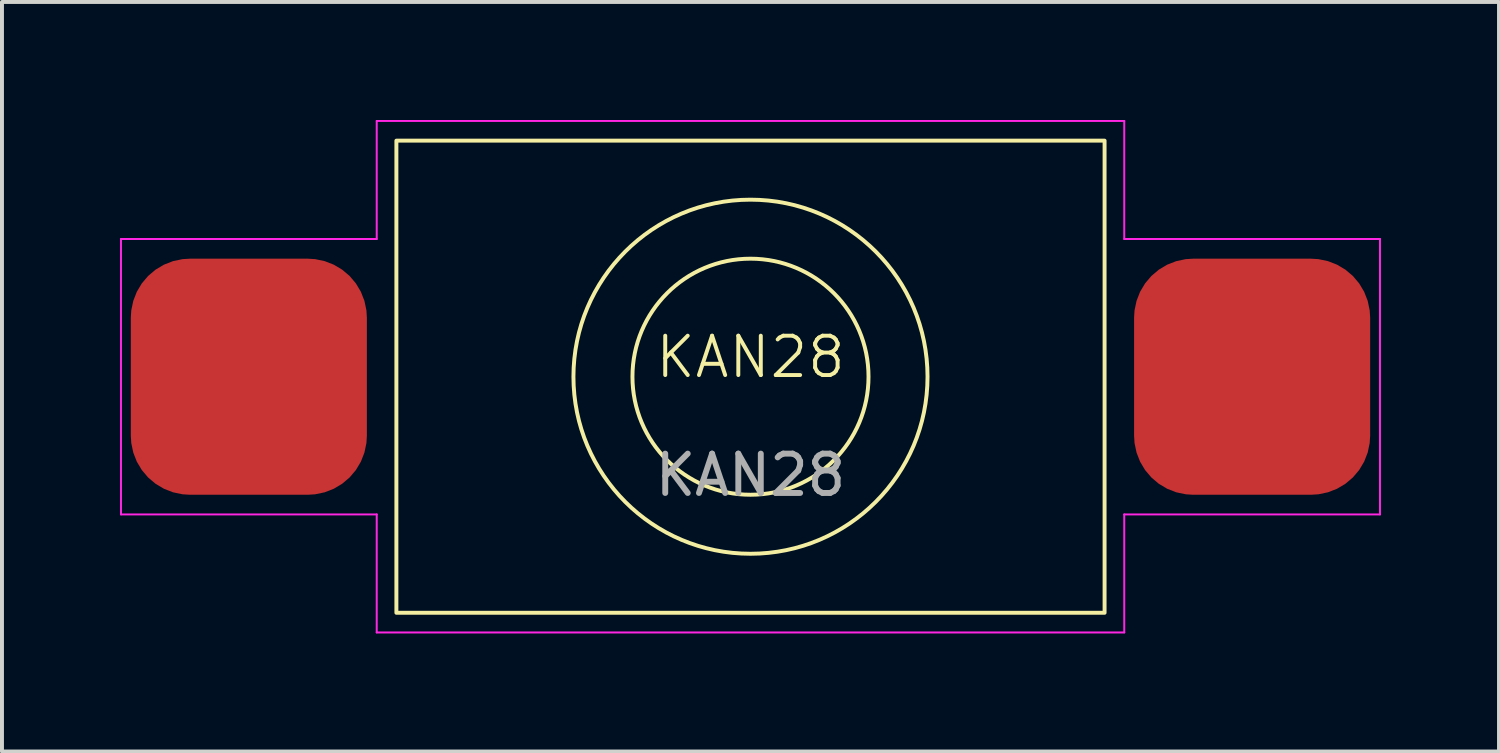
<source format=kicad_pcb>
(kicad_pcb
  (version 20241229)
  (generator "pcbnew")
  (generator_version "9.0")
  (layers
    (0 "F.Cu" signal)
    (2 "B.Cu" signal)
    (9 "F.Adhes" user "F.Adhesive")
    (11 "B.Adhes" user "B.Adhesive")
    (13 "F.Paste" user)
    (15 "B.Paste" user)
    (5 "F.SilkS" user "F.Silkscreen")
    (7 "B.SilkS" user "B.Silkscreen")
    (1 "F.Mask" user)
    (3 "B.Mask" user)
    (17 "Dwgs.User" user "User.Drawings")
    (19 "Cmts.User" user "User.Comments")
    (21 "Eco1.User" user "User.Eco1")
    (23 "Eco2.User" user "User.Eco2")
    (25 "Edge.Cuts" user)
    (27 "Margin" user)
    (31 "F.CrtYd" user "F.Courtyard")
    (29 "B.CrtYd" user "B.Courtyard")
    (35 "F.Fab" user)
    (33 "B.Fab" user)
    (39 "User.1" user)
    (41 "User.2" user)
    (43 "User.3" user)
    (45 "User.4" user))
  (footprint "KAN28"
    (layer "F.Cu")
    (at 16.025 6.525)
    (property "Reference" "KAN28" (at 0 -0.5 0) (unlocked yes) (layer "F.SilkS") (effects (font (size 1 1) (thickness 0.1))))
    (attr smd)
    (fp_rect (start -9 -6) (end 9 6) (stroke (width 0.1) (type default)) (fill no) (layer "F.SilkS"))
    (fp_circle (center 0 0) (end -4.5 0) (stroke (width 0.1) (type default)) (fill no) (layer "F.SilkS"))
    (fp_circle (center 0 0) (end -3 0) (stroke (width 0.1) (type default)) (fill no) (layer "F.SilkS"))
    (fp_line (start -16 -3.5) (end -9.5 -3.5) (stroke (width 0.05) (type default)) (layer "F.CrtYd"))
    (fp_line (start -16 3.5) (end -16 -3.5) (stroke (width 0.05) (type default)) (layer "F.CrtYd"))
    (fp_line (start -9.5 -6.5) (end 9.5 -6.5) (stroke (width 0.05) (type default)) (layer "F.CrtYd"))
    (fp_line (start -9.5 -3.5) (end -9.5 -6.5) (stroke (width 0.05) (type default)) (layer "F.CrtYd"))
    (fp_line (start -9.5 3.5) (end -16 3.5) (stroke (width 0.05) (type default)) (layer "F.CrtYd"))
    (fp_line (start -9.5 6.5) (end -9.5 3.5) (stroke (width 0.05) (type default)) (layer "F.CrtYd"))
    (fp_line (start 9.5 -6.5) (end 9.5 -3.5) (stroke (width 0.05) (type default)) (layer "F.CrtYd"))
    (fp_line (start 9.5 -3.5) (end 16 -3.5) (stroke (width 0.05) (type default)) (layer "F.CrtYd"))
    (fp_line (start 9.5 3.5) (end 9.5 6.5) (stroke (width 0.05) (type default)) (layer "F.CrtYd"))
    (fp_line (start 9.5 6.5) (end -9.5 6.5) (stroke (width 0.05) (type default)) (layer "F.CrtYd"))
    (fp_line (start 16 -3.5) (end 16 3.5) (stroke (width 0.05) (type default)) (layer "F.CrtYd"))
    (fp_line (start 16 3.5) (end 9.5 3.5) (stroke (width 0.05) (type default)) (layer "F.CrtYd"))
    (fp_text user "${REFERENCE}" (at 0 2.5 0) (unlocked yes) (layer "F.Fab") (effects (font (size 1 1) (thickness 0.15))))
    (pad "1" smd roundrect (at -12.75 0) (size 6 6) (layers "F.Cu" "F.Mask" "F.Paste") (roundrect_rratio 0.25))
    (pad "2" smd roundrect (at 12.75 0) (size 6 6) (layers "F.Cu" "F.Mask" "F.Paste") (roundrect_rratio 0.25)))
  (gr_rect
    (start -3 -3)
    (end 35.05 16.05)
    (stroke (width 0.1) (type default))
    (fill no)
    (layer "Edge.Cuts")))
</source>
